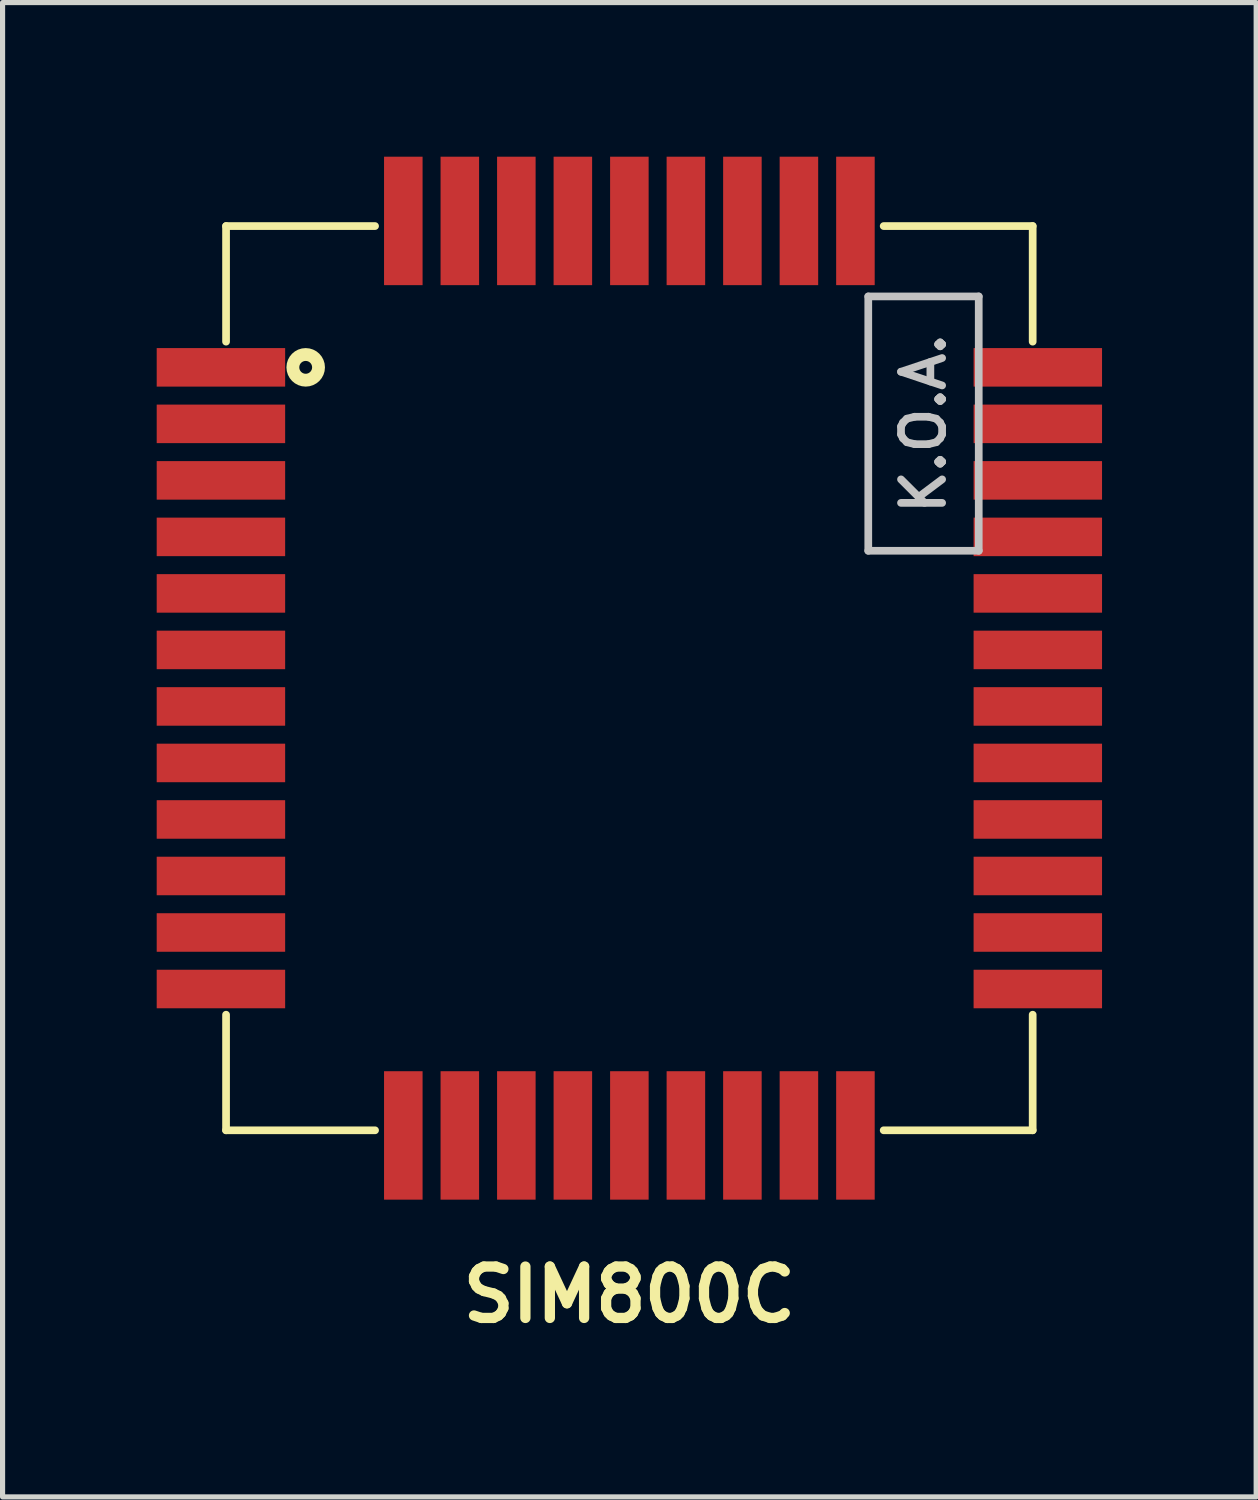
<source format=kicad_pcb>
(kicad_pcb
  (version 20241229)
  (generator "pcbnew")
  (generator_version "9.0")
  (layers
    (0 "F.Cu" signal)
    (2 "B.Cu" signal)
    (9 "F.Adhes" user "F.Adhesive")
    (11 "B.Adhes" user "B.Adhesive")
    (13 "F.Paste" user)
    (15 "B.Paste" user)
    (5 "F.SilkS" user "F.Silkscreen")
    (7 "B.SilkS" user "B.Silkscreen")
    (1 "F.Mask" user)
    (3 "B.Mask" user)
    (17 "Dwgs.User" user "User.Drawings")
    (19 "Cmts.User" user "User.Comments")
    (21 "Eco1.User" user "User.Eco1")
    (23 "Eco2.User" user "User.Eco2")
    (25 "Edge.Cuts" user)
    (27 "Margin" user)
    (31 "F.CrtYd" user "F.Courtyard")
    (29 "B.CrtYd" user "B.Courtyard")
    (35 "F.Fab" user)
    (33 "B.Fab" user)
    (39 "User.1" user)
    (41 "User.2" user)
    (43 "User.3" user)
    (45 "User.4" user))
  (footprint "SIM800C"
    (layer "F.Cu")
    (at 9.2 10.15)
    (property "Reference" "SIM800C" (at 0 12 0) (layer "F.SilkS") (effects (font (size 1 1) (thickness 0.2))))
    (attr through_hole)
    (fp_line (start -7.85 -8.8) (end -7.85 -6.55) (stroke (width 0.15) (type solid)) (layer "F.SilkS"))
    (fp_line (start -7.85 6.55) (end -7.85 8.8) (stroke (width 0.15) (type solid)) (layer "F.SilkS"))
    (fp_line (start -7.85 8.8) (end -4.95 8.8) (stroke (width 0.15) (type solid)) (layer "F.SilkS"))
    (fp_line (start -4.95 -8.8) (end -7.85 -8.8) (stroke (width 0.15) (type solid)) (layer "F.SilkS"))
    (fp_line (start 4.95 -8.8) (end 7.85 -8.8) (stroke (width 0.15) (type solid)) (layer "F.SilkS"))
    (fp_line (start 4.95 8.8) (end 7.85 8.8) (stroke (width 0.15) (type solid)) (layer "F.SilkS"))
    (fp_line (start 7.85 -8.8) (end 7.85 -6.55) (stroke (width 0.15) (type solid)) (layer "F.SilkS"))
    (fp_line (start 7.85 6.55) (end 7.85 8.8) (stroke (width 0.15) (type solid)) (layer "F.SilkS"))
    (fp_circle (center -6.3 -6.05) (end -6.05 -6.05) (stroke (width 0.25) (type solid)) (fill no) (layer "F.SilkS"))
    (fp_line (start 4.65 -7.43) (end 6.8 -7.43) (stroke (width 0.15) (type solid)) (layer "Dwgs.User"))
    (fp_line (start 4.65 -2.48) (end 4.65 -7.43) (stroke (width 0.15) (type solid)) (layer "Dwgs.User"))
    (fp_line (start 6.8 -7.43) (end 6.8 -2.48) (stroke (width 0.15) (type solid)) (layer "Dwgs.User"))
    (fp_line (start 6.8 -2.48) (end 4.65 -2.48) (stroke (width 0.15) (type solid)) (layer "Dwgs.User"))
    (fp_text user "K.O.A." (at 5.725 -4.955 90) (layer "Dwgs.User") (effects (font (size 0.8 0.8) (thickness 0.15))))
    (pad "1" smd rect (at -7.95 -6.05) (size 2.5 0.75) (layers "F.Cu" "F.Mask" "F.Paste"))
    (pad "2" smd rect (at -7.95 -4.95) (size 2.5 0.75) (layers "F.Cu" "F.Mask" "F.Paste"))
    (pad "3" smd rect (at -7.95 -3.85) (size 2.5 0.75) (layers "F.Cu" "F.Mask" "F.Paste"))
    (pad "4" smd rect (at -7.95 -2.75) (size 2.5 0.75) (layers "F.Cu" "F.Mask" "F.Paste"))
    (pad "5" smd rect (at -7.95 -1.65) (size 2.5 0.75) (layers "F.Cu" "F.Mask" "F.Paste"))
    (pad "6" smd rect (at -7.95 -0.55) (size 2.5 0.75) (layers "F.Cu" "F.Mask" "F.Paste"))
    (pad "7" smd rect (at -7.95 0.55) (size 2.5 0.75) (layers "F.Cu" "F.Mask" "F.Paste"))
    (pad "8" smd rect (at -7.95 1.65) (size 2.5 0.75) (layers "F.Cu" "F.Mask" "F.Paste"))
    (pad "9" smd rect (at -7.95 2.75) (size 2.5 0.75) (layers "F.Cu" "F.Mask" "F.Paste"))
    (pad "10" smd rect (at -7.95 3.85) (size 2.5 0.75) (layers "F.Cu" "F.Mask" "F.Paste"))
    (pad "11" smd rect (at -7.95 4.95) (size 2.5 0.75) (layers "F.Cu" "F.Mask" "F.Paste"))
    (pad "12" smd rect (at -7.95 6.05) (size 2.5 0.75) (layers "F.Cu" "F.Mask" "F.Paste"))
    (pad "13" smd rect (at -4.4 8.9) (size 0.75 2.5) (layers "F.Cu" "F.Mask" "F.Paste"))
    (pad "14" smd rect (at -3.3 8.9) (size 0.75 2.5) (layers "F.Cu" "F.Mask" "F.Paste"))
    (pad "15" smd rect (at -2.2 8.9) (size 0.75 2.5) (layers "F.Cu" "F.Mask" "F.Paste"))
    (pad "16" smd rect (at -1.1 8.9) (size 0.75 2.5) (layers "F.Cu" "F.Mask" "F.Paste"))
    (pad "17" smd rect (at 0 8.9) (size 0.75 2.5) (layers "F.Cu" "F.Mask" "F.Paste"))
    (pad "18" smd rect (at 1.1 8.9) (size 0.75 2.5) (layers "F.Cu" "F.Mask" "F.Paste"))
    (pad "19" smd rect (at 2.2 8.9) (size 0.75 2.5) (layers "F.Cu" "F.Mask" "F.Paste"))
    (pad "20" smd rect (at 3.3 8.9) (size 0.75 2.5) (layers "F.Cu" "F.Mask" "F.Paste"))
    (pad "21" smd rect (at 4.4 8.9) (size 0.75 2.5) (layers "F.Cu" "F.Mask" "F.Paste"))
    (pad "22" smd rect (at 7.95 6.05) (size 2.5 0.75) (layers "F.Cu" "F.Mask" "F.Paste"))
    (pad "23" smd rect (at 7.95 4.95) (size 2.5 0.75) (layers "F.Cu" "F.Mask" "F.Paste"))
    (pad "24" smd rect (at 7.95 3.85) (size 2.5 0.75) (layers "F.Cu" "F.Mask" "F.Paste"))
    (pad "25" smd rect (at 7.95 2.75) (size 2.5 0.75) (layers "F.Cu" "F.Mask" "F.Paste"))
    (pad "26" smd rect (at 7.95 1.65) (size 2.5 0.75) (layers "F.Cu" "F.Mask" "F.Paste"))
    (pad "27" smd rect (at 7.95 0.55) (size 2.5 0.75) (layers "F.Cu" "F.Mask" "F.Paste"))
    (pad "28" smd rect (at 7.95 -0.55) (size 2.5 0.75) (layers "F.Cu" "F.Mask" "F.Paste"))
    (pad "29" smd rect (at 7.95 -1.65) (size 2.5 0.75) (layers "F.Cu" "F.Mask" "F.Paste"))
    (pad "30" smd rect (at 7.95 -2.75) (size 2.5 0.75) (layers "F.Cu" "F.Mask" "F.Paste"))
    (pad "31" smd rect (at 7.95 -3.85) (size 2.5 0.75) (layers "F.Cu" "F.Mask" "F.Paste"))
    (pad "32" smd rect (at 7.95 -4.95) (size 2.5 0.75) (layers "F.Cu" "F.Mask" "F.Paste"))
    (pad "33" smd rect (at 7.95 -6.05) (size 2.5 0.75) (layers "F.Cu" "F.Mask" "F.Paste"))
    (pad "34" smd rect (at 4.4 -8.9) (size 0.75 2.5) (layers "F.Cu" "F.Mask" "F.Paste"))
    (pad "35" smd rect (at 3.3 -8.9) (size 0.75 2.5) (layers "F.Cu" "F.Mask" "F.Paste"))
    (pad "36" smd rect (at 2.2 -8.9) (size 0.75 2.5) (layers "F.Cu" "F.Mask" "F.Paste"))
    (pad "37" smd rect (at 1.1 -8.9) (size 0.75 2.5) (layers "F.Cu" "F.Mask" "F.Paste"))
    (pad "38" smd rect (at 0 -8.9) (size 0.75 2.5) (layers "F.Cu" "F.Mask" "F.Paste"))
    (pad "39" smd rect (at -1.1 -8.9) (size 0.75 2.5) (layers "F.Cu" "F.Mask" "F.Paste"))
    (pad "40" smd rect (at -2.2 -8.9) (size 0.75 2.5) (layers "F.Cu" "F.Mask" "F.Paste"))
    (pad "41" smd rect (at -3.3 -8.9) (size 0.75 2.5) (layers "F.Cu" "F.Mask" "F.Paste"))
    (pad "42" smd rect (at -4.4 -8.9) (size 0.75 2.5) (layers "F.Cu" "F.Mask" "F.Paste")))
  (gr_rect
    (start -3 -3)
    (end 21.4 26.086)
    (stroke (width 0.1) (type default))
    (fill no)
    (layer "Edge.Cuts")))
</source>
